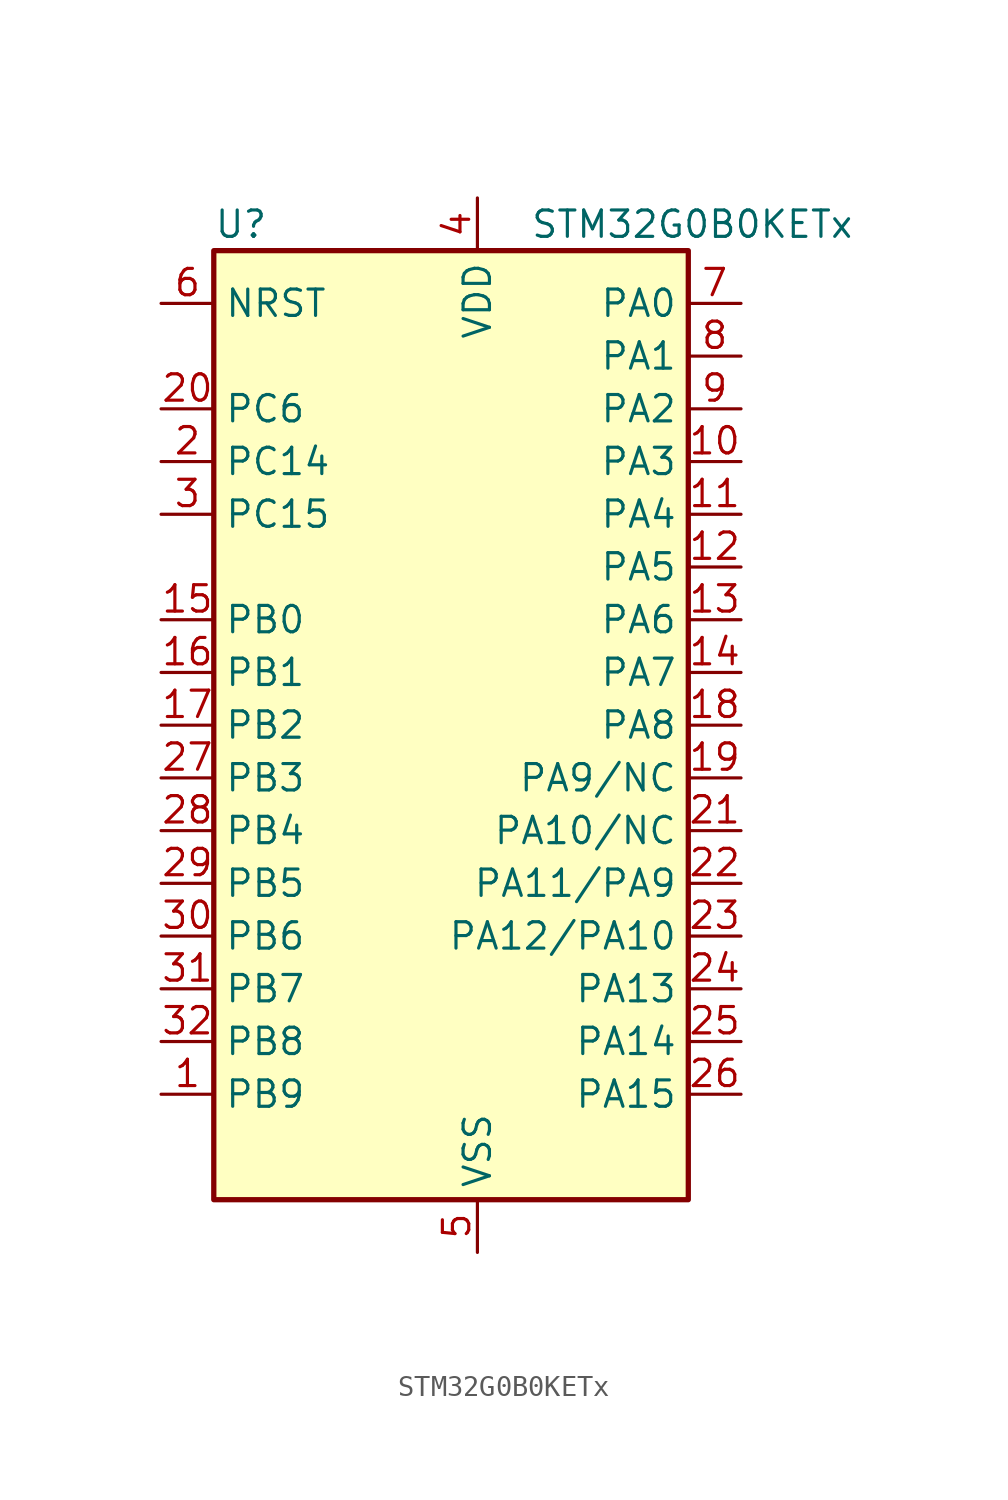
<source format=kicad_sym>
(kicad_symbol_lib
  (version 20220914)
  (generator kicad_symbol_editor)
  (symbol "STM32G0B0KETx"
    (property "Reference" "U"
      (at -10.16 24.13 0)
      (effects (font (size 1.27 1.27)) (justify left)))
    (property "Value" "STM32G0B0KETx"
      (at 5.08 24.13 0)
      (effects (font (size 1.27 1.27)) (justify left)))
    (property "ki_locked" ""
      (at 0 0 0)
      (effects (font (size 1.27 1.27))))
    (symbol "STM32G0B0KETx_0_1"
      (rectangle (start -10.16 -22.86) (end 12.7 22.86) (stroke (width 0.254) (type default)) (fill (type background))))
    (symbol "STM32G0B0KETx_1_1"
      (pin bidirectional line (at -12.7 -17.78 0) (length 2.54) (name "PB9" (effects (font (size 1.27 1.27)))) (number "1" (effects (font (size 1.27 1.27)))) (alternate "I2C1_SDA" bidirectional line) (alternate "I2S2_WS" bidirectional line) (alternate "IR_OUT" bidirectional line) (alternate "SPI2_NSS" bidirectional line) (alternate "TIM17_CH1" bidirectional line) (alternate "TIM4_CH4" bidirectional line) (alternate "USART3_RX" bidirectional line) (alternate "USART6_RX" bidirectional line))
      (pin bidirectional line (at 15.24 12.7 180) (length 2.54) (name "PA3" (effects (font (size 1.27 1.27)))) (number "10" (effects (font (size 1.27 1.27)))) (alternate "ADC1_IN3" bidirectional line) (alternate "I2S2_MCK" bidirectional line) (alternate "SPI2_MISO" bidirectional line) (alternate "TIM15_CH2" bidirectional line) (alternate "USART2_RX" bidirectional line))
      (pin bidirectional line (at 15.24 10.16 180) (length 2.54) (name "PA4" (effects (font (size 1.27 1.27)))) (number "11" (effects (font (size 1.27 1.27)))) (alternate "ADC1_IN4" bidirectional line) (alternate "I2S1_WS" bidirectional line) (alternate "I2S2_SD" bidirectional line) (alternate "RTC_OUT1" bidirectional line) (alternate "RTC_TAMP_IN1" bidirectional line) (alternate "RTC_TS" bidirectional line) (alternate "SPI1_NSS" bidirectional line) (alternate "SPI2_MOSI" bidirectional line) (alternate "SPI3_NSS" bidirectional line) (alternate "SYS_WKUP2" bidirectional line) (alternate "TIM14_CH1" bidirectional line) (alternate "USART6_TX" bidirectional line))
      (pin bidirectional line (at 15.24 7.62 180) (length 2.54) (name "PA5" (effects (font (size 1.27 1.27)))) (number "12" (effects (font (size 1.27 1.27)))) (alternate "ADC1_IN5" bidirectional line) (alternate "I2S1_CK" bidirectional line) (alternate "SPI1_SCK" bidirectional line) (alternate "USART3_TX" bidirectional line) (alternate "USART6_RX" bidirectional line))
      (pin bidirectional line (at 15.24 5.08 180) (length 2.54) (name "PA6" (effects (font (size 1.27 1.27)))) (number "13" (effects (font (size 1.27 1.27)))) (alternate "ADC1_IN6" bidirectional line) (alternate "I2C2_SDA" bidirectional line) (alternate "I2C3_SDA" bidirectional line) (alternate "I2S1_MCK" bidirectional line) (alternate "SPI1_MISO" bidirectional line) (alternate "TIM16_CH1" bidirectional line) (alternate "TIM1_BK" bidirectional line) (alternate "TIM3_CH1" bidirectional line) (alternate "USART3_CTS" bidirectional line) (alternate "USART3_NSS" bidirectional line) (alternate "USART6_CTS" bidirectional line) (alternate "USART6_NSS" bidirectional line))
      (pin bidirectional line (at 15.24 2.54 180) (length 2.54) (name "PA7" (effects (font (size 1.27 1.27)))) (number "14" (effects (font (size 1.27 1.27)))) (alternate "ADC1_IN7" bidirectional line) (alternate "I2C2_SCL" bidirectional line) (alternate "I2C3_SCL" bidirectional line) (alternate "I2S1_SD" bidirectional line) (alternate "SPI1_MOSI" bidirectional line) (alternate "TIM14_CH1" bidirectional line) (alternate "TIM17_CH1" bidirectional line) (alternate "TIM1_CH1N" bidirectional line) (alternate "TIM3_CH2" bidirectional line) (alternate "USART6_CK" bidirectional line) (alternate "USART6_DE" bidirectional line) (alternate "USART6_RTS" bidirectional line))
      (pin bidirectional line (at -12.7 5.08 0) (length 2.54) (name "PB0" (effects (font (size 1.27 1.27)))) (number "15" (effects (font (size 1.27 1.27)))) (alternate "ADC1_IN8" bidirectional line) (alternate "I2S1_WS" bidirectional line) (alternate "SPI1_NSS" bidirectional line) (alternate "TIM1_CH2N" bidirectional line) (alternate "TIM3_CH3" bidirectional line) (alternate "USART3_RX" bidirectional line) (alternate "USART5_TX" bidirectional line))
      (pin bidirectional line (at -12.7 2.54 0) (length 2.54) (name "PB1" (effects (font (size 1.27 1.27)))) (number "16" (effects (font (size 1.27 1.27)))) (alternate "ADC1_IN9" bidirectional line) (alternate "TIM14_CH1" bidirectional line) (alternate "TIM1_CH3N" bidirectional line) (alternate "TIM3_CH4" bidirectional line) (alternate "USART3_CK" bidirectional line) (alternate "USART3_DE" bidirectional line) (alternate "USART3_RTS" bidirectional line) (alternate "USART5_RX" bidirectional line))
      (pin bidirectional line (at -12.7 0 0) (length 2.54) (name "PB2" (effects (font (size 1.27 1.27)))) (number "17" (effects (font (size 1.27 1.27)))) (alternate "ADC1_IN10" bidirectional line) (alternate "I2S2_MCK" bidirectional line) (alternate "RCC_MCO_2" bidirectional line) (alternate "SPI2_MISO" bidirectional line) (alternate "USART3_TX" bidirectional line))
      (pin bidirectional line (at 15.24 0 180) (length 2.54) (name "PA8" (effects (font (size 1.27 1.27)))) (number "18" (effects (font (size 1.27 1.27)))) (alternate "CRS1_SYNC" bidirectional line) (alternate "I2C2_SMBA" bidirectional line) (alternate "I2S2_WS" bidirectional line) (alternate "RCC_MCO" bidirectional line) (alternate "SPI2_NSS" bidirectional line) (alternate "TIM1_CH1" bidirectional line))
      (pin bidirectional line (at 15.24 -2.54 180) (length 2.54) (name "PA9/NC" (effects (font (size 1.27 1.27)))) (number "19" (effects (font (size 1.27 1.27)))) (alternate "I2C1_SCL" bidirectional line) (alternate "I2C2_SCL" bidirectional line) (alternate "I2S2_MCK" bidirectional line) (alternate "RCC_MCO" bidirectional line) (alternate "SPI2_MISO" bidirectional line) (alternate "TIM15_BK" bidirectional line) (alternate "TIM1_CH2" bidirectional line) (alternate "USART1_TX" bidirectional line))
      (pin bidirectional line (at -12.7 12.7 0) (length 2.54) (name "PC14" (effects (font (size 1.27 1.27)))) (number "2" (effects (font (size 1.27 1.27)))) (alternate "RCC_OSC32_IN" bidirectional line) (alternate "RCC_OSC_IN" bidirectional line) (alternate "TIM1_BK2" bidirectional line))
      (pin bidirectional line (at -12.7 15.24 0) (length 2.54) (name "PC6" (effects (font (size 1.27 1.27)))) (number "20" (effects (font (size 1.27 1.27)))) (alternate "TIM3_CH1" bidirectional line))
      (pin bidirectional line (at 15.24 -5.08 180) (length 2.54) (name "PA10/NC" (effects (font (size 1.27 1.27)))) (number "21" (effects (font (size 1.27 1.27)))) (alternate "I2C1_SDA" bidirectional line) (alternate "I2C2_SDA" bidirectional line) (alternate "I2S2_SD" bidirectional line) (alternate "RCC_MCO_2" bidirectional line) (alternate "SPI2_MOSI" bidirectional line) (alternate "TIM17_BK" bidirectional line) (alternate "TIM1_CH3" bidirectional line) (alternate "USART1_RX" bidirectional line))
      (pin bidirectional line (at 15.24 -7.62 180) (length 2.54) (name "PA11/PA9" (effects (font (size 1.27 1.27)))) (number "22" (effects (font (size 1.27 1.27)))) (alternate "ADC1_EXTI11" bidirectional line) (alternate "I2C2_SCL" bidirectional line) (alternate "I2S1_MCK" bidirectional line) (alternate "SPI1_MISO" bidirectional line) (alternate "TIM1_BK2" bidirectional line) (alternate "TIM1_CH4" bidirectional line) (alternate "USART1_CTS" bidirectional line) (alternate "USART1_NSS" bidirectional line))
      (pin bidirectional line (at 15.24 -10.16 180) (length 2.54) (name "PA12/PA10" (effects (font (size 1.27 1.27)))) (number "23" (effects (font (size 1.27 1.27)))) (alternate "I2C2_SDA" bidirectional line) (alternate "I2S1_SD" bidirectional line) (alternate "I2S_CKIN" bidirectional line) (alternate "SPI1_MOSI" bidirectional line) (alternate "TIM1_ETR" bidirectional line) (alternate "USART1_CK" bidirectional line) (alternate "USART1_DE" bidirectional line) (alternate "USART1_RTS" bidirectional line))
      (pin bidirectional line (at 15.24 -12.7 180) (length 2.54) (name "PA13" (effects (font (size 1.27 1.27)))) (number "24" (effects (font (size 1.27 1.27)))) (alternate "IR_OUT" bidirectional line) (alternate "SYS_SWDIO" bidirectional line))
      (pin bidirectional line (at 15.24 -15.24 180) (length 2.54) (name "PA14" (effects (font (size 1.27 1.27)))) (number "25" (effects (font (size 1.27 1.27)))) (alternate "SYS_SWCLK" bidirectional line) (alternate "USART2_TX" bidirectional line))
      (pin bidirectional line (at 15.24 -17.78 180) (length 2.54) (name "PA15" (effects (font (size 1.27 1.27)))) (number "26" (effects (font (size 1.27 1.27)))) (alternate "I2C2_SMBA" bidirectional line) (alternate "I2S1_WS" bidirectional line) (alternate "RCC_MCO_2" bidirectional line) (alternate "SPI1_NSS" bidirectional line) (alternate "SPI3_NSS" bidirectional line) (alternate "USART2_RX" bidirectional line) (alternate "USART3_CK" bidirectional line) (alternate "USART3_DE" bidirectional line) (alternate "USART3_RTS" bidirectional line) (alternate "USART4_CK" bidirectional line) (alternate "USART4_DE" bidirectional line) (alternate "USART4_RTS" bidirectional line))
      (pin bidirectional line (at -12.7 -2.54 0) (length 2.54) (name "PB3" (effects (font (size 1.27 1.27)))) (number "27" (effects (font (size 1.27 1.27)))) (alternate "I2C2_SCL" bidirectional line) (alternate "I2C3_SCL" bidirectional line) (alternate "I2S1_CK" bidirectional line) (alternate "SPI1_SCK" bidirectional line) (alternate "SPI3_SCK" bidirectional line) (alternate "TIM1_CH2" bidirectional line) (alternate "USART1_CK" bidirectional line) (alternate "USART1_DE" bidirectional line) (alternate "USART1_RTS" bidirectional line) (alternate "USART5_TX" bidirectional line))
      (pin bidirectional line (at -12.7 -5.08 0) (length 2.54) (name "PB4" (effects (font (size 1.27 1.27)))) (number "28" (effects (font (size 1.27 1.27)))) (alternate "I2C2_SDA" bidirectional line) (alternate "I2C3_SDA" bidirectional line) (alternate "I2S1_MCK" bidirectional line) (alternate "SPI1_MISO" bidirectional line) (alternate "SPI3_MISO" bidirectional line) (alternate "TIM17_BK" bidirectional line) (alternate "TIM3_CH1" bidirectional line) (alternate "USART1_CTS" bidirectional line) (alternate "USART1_NSS" bidirectional line) (alternate "USART5_RX" bidirectional line))
      (pin bidirectional line (at -12.7 -7.62 0) (length 2.54) (name "PB5" (effects (font (size 1.27 1.27)))) (number "29" (effects (font (size 1.27 1.27)))) (alternate "I2C1_SMBA" bidirectional line) (alternate "I2S1_SD" bidirectional line) (alternate "SPI1_MOSI" bidirectional line) (alternate "SPI3_MOSI" bidirectional line) (alternate "SYS_WKUP6" bidirectional line) (alternate "TIM16_BK" bidirectional line) (alternate "TIM3_CH2" bidirectional line) (alternate "USART5_CK" bidirectional line) (alternate "USART5_DE" bidirectional line) (alternate "USART5_RTS" bidirectional line))
      (pin bidirectional line (at -12.7 10.16 0) (length 2.54) (name "PC15" (effects (font (size 1.27 1.27)))) (number "3" (effects (font (size 1.27 1.27)))) (alternate "RCC_OSC32_EN" bidirectional line) (alternate "RCC_OSC32_OUT" bidirectional line) (alternate "RCC_OSC_EN" bidirectional line) (alternate "TIM15_BK" bidirectional line))
      (pin bidirectional line (at -12.7 -10.16 0) (length 2.54) (name "PB6" (effects (font (size 1.27 1.27)))) (number "30" (effects (font (size 1.27 1.27)))) (alternate "I2C1_SCL" bidirectional line) (alternate "I2S2_MCK" bidirectional line) (alternate "SPI2_MISO" bidirectional line) (alternate "TIM16_CH1N" bidirectional line) (alternate "TIM1_CH3" bidirectional line) (alternate "TIM4_CH1" bidirectional line) (alternate "USART1_TX" bidirectional line) (alternate "USART5_CTS" bidirectional line) (alternate "USART5_NSS" bidirectional line))
      (pin bidirectional line (at -12.7 -12.7 0) (length 2.54) (name "PB7" (effects (font (size 1.27 1.27)))) (number "31" (effects (font (size 1.27 1.27)))) (alternate "I2C1_SDA" bidirectional line) (alternate "I2S2_SD" bidirectional line) (alternate "SPI2_MOSI" bidirectional line) (alternate "TIM17_CH1N" bidirectional line) (alternate "TIM4_CH2" bidirectional line) (alternate "USART1_RX" bidirectional line) (alternate "USART4_CTS" bidirectional line) (alternate "USART4_NSS" bidirectional line))
      (pin bidirectional line (at -12.7 -15.24 0) (length 2.54) (name "PB8" (effects (font (size 1.27 1.27)))) (number "32" (effects (font (size 1.27 1.27)))) (alternate "I2C1_SCL" bidirectional line) (alternate "I2S2_CK" bidirectional line) (alternate "SPI2_SCK" bidirectional line) (alternate "TIM15_BK" bidirectional line) (alternate "TIM16_CH1" bidirectional line) (alternate "TIM4_CH3" bidirectional line) (alternate "USART3_TX" bidirectional line) (alternate "USART6_TX" bidirectional line))
      (pin power_in line (at 2.54 25.4 270) (length 2.54) (name "VDD" (effects (font (size 1.27 1.27)))) (number "4" (effects (font (size 1.27 1.27)))))
      (pin power_in line (at 2.54 -25.4 90) (length 2.54) (name "VSS" (effects (font (size 1.27 1.27)))) (number "5" (effects (font (size 1.27 1.27)))))
      (pin input line (at -12.7 20.32 0) (length 2.54) (name "NRST" (effects (font (size 1.27 1.27)))) (number "6" (effects (font (size 1.27 1.27)))))
      (pin bidirectional line (at 15.24 20.32 180) (length 2.54) (name "PA0" (effects (font (size 1.27 1.27)))) (number "7" (effects (font (size 1.27 1.27)))) (alternate "ADC1_IN0" bidirectional line) (alternate "I2S2_CK" bidirectional line) (alternate "RTC_TAMP_IN2" bidirectional line) (alternate "SPI2_SCK" bidirectional line) (alternate "SYS_WKUP1" bidirectional line) (alternate "USART2_CTS" bidirectional line) (alternate "USART2_NSS" bidirectional line) (alternate "USART4_TX" bidirectional line))
      (pin bidirectional line (at 15.24 17.78 180) (length 2.54) (name "PA1" (effects (font (size 1.27 1.27)))) (number "8" (effects (font (size 1.27 1.27)))) (alternate "ADC1_IN1" bidirectional line) (alternate "I2C1_SMBA" bidirectional line) (alternate "I2S1_CK" bidirectional line) (alternate "SPI1_SCK" bidirectional line) (alternate "TIM15_CH1N" bidirectional line) (alternate "USART2_CK" bidirectional line) (alternate "USART2_DE" bidirectional line) (alternate "USART2_RTS" bidirectional line) (alternate "USART4_RX" bidirectional line))
      (pin bidirectional line (at 15.24 15.24 180) (length 2.54) (name "PA2" (effects (font (size 1.27 1.27)))) (number "9" (effects (font (size 1.27 1.27)))) (alternate "ADC1_IN2" bidirectional line) (alternate "I2S1_SD" bidirectional line) (alternate "RCC_LSCO" bidirectional line) (alternate "SPI1_MOSI" bidirectional line) (alternate "SYS_WKUP4" bidirectional line) (alternate "TIM15_CH1" bidirectional line) (alternate "USART2_TX" bidirectional line)))))
</source>
